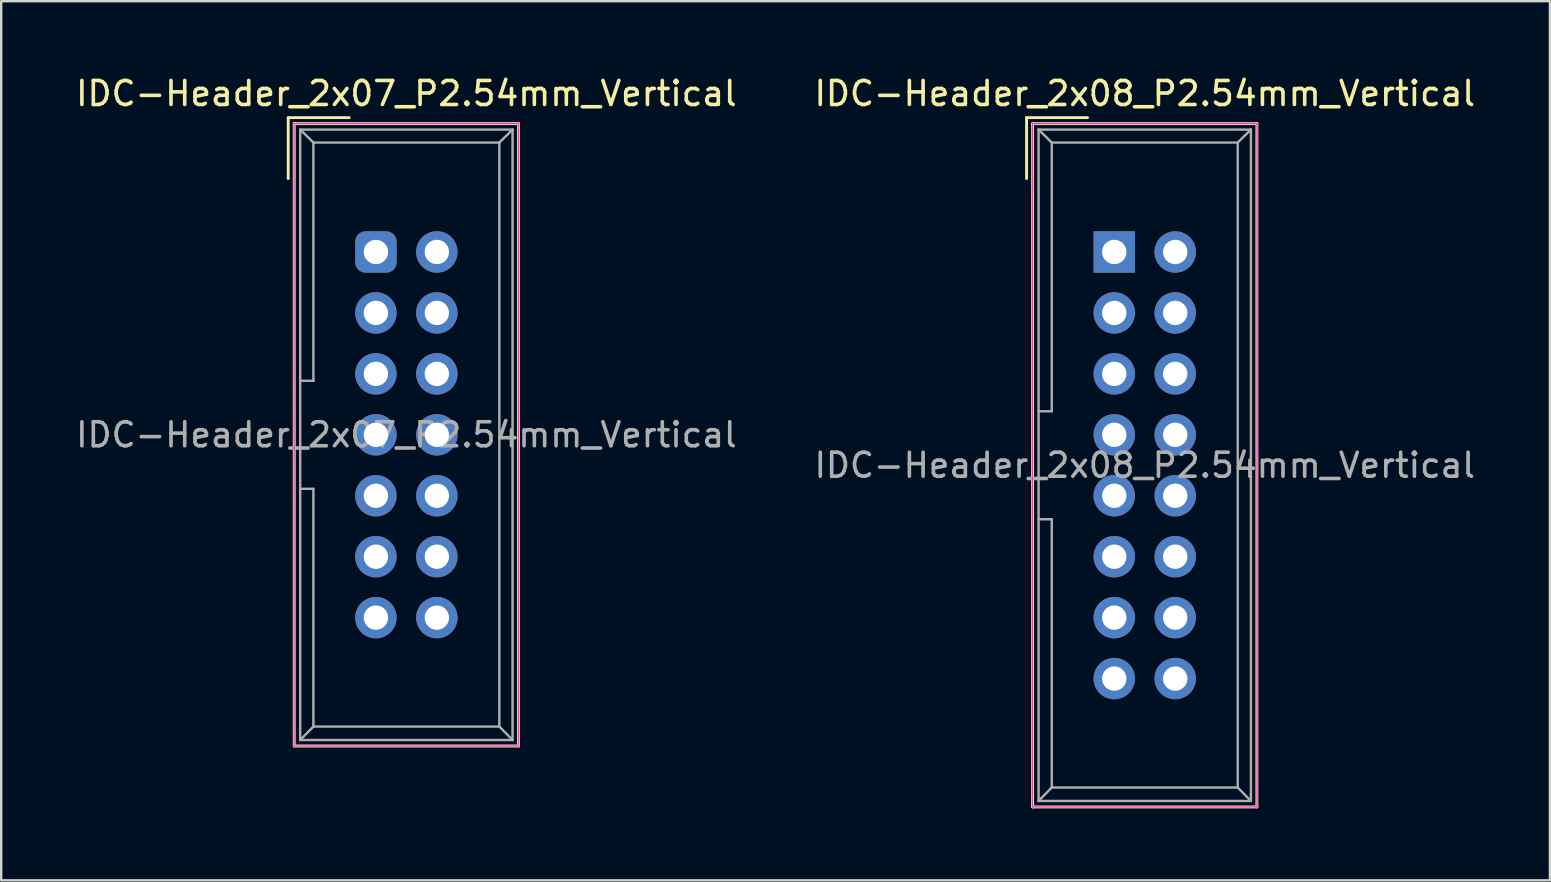
<source format=kicad_pcb>
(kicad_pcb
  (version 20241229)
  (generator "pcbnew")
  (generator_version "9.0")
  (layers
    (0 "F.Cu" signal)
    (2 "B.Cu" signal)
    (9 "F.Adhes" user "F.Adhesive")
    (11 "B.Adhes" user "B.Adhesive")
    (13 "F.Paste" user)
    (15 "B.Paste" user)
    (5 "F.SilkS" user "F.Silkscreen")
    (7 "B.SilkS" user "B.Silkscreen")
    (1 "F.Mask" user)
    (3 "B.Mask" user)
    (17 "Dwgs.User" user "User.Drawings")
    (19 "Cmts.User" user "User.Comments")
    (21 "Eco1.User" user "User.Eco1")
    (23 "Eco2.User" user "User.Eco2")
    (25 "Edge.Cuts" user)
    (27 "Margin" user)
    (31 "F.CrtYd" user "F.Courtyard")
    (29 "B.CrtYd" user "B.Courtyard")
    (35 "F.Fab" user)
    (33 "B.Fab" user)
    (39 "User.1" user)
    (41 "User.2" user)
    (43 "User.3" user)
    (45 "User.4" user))
  (footprint "IDC-Header_2x07_P2.54mm_Vertical"
    (layer "F.Cu")
    (at 12.617 7.452)
    (property "Reference" "IDC-Header_2x07_P2.54mm_Vertical" (at 1.27 -6.604 0) (layer "F.SilkS") (effects (font (size 1 1) (thickness 0.15))))
    (attr through_hole)
    (fp_line (start -3.655 -5.6) (end -3.655 -3.06) (stroke (width 0.12) (type solid)) (layer "F.SilkS"))
    (fp_line (start -3.655 -5.6) (end -1.115 -5.6) (stroke (width 0.12) (type solid)) (layer "F.SilkS"))
    (fp_line (start -3.405 -5.35) (end 5.945 -5.35) (stroke (width 0.12) (type solid)) (layer "F.SilkS"))
    (fp_line (start -3.405 20.59) (end -3.405 -5.35) (stroke (width 0.12) (type solid)) (layer "F.SilkS"))
    (fp_line (start 5.945 -5.35) (end 5.945 20.59) (stroke (width 0.12) (type solid)) (layer "F.SilkS"))
    (fp_line (start 5.945 20.59) (end -3.405 20.59) (stroke (width 0.12) (type solid)) (layer "F.SilkS"))
    (fp_line (start -3.41 -5.35) (end 5.95 -5.35) (stroke (width 0.05) (type solid)) (layer "F.CrtYd"))
    (fp_line (start -3.41 20.59) (end -3.41 -5.35) (stroke (width 0.05) (type solid)) (layer "F.CrtYd"))
    (fp_line (start 5.95 -5.35) (end 5.95 20.59) (stroke (width 0.05) (type solid)) (layer "F.CrtYd"))
    (fp_line (start 5.95 20.59) (end -3.41 20.59) (stroke (width 0.05) (type solid)) (layer "F.CrtYd"))
    (fp_line (start -3.155 -5.1) (end -3.155 20.34) (stroke (width 0.1) (type solid)) (layer "F.Fab"))
    (fp_line (start -3.155 -5.1) (end -2.605 -4.56) (stroke (width 0.1) (type solid)) (layer "F.Fab"))
    (fp_line (start -3.155 20.34) (end -2.605 19.78) (stroke (width 0.1) (type solid)) (layer "F.Fab"))
    (fp_line (start -2.605 -4.56) (end -2.605 5.37) (stroke (width 0.1) (type solid)) (layer "F.Fab"))
    (fp_line (start -2.605 5.37) (end -3.155 5.37) (stroke (width 0.1) (type solid)) (layer "F.Fab"))
    (fp_line (start -2.605 9.87) (end -3.155 9.87) (stroke (width 0.1) (type solid)) (layer "F.Fab"))
    (fp_line (start -2.605 9.87) (end -2.605 19.78) (stroke (width 0.1) (type solid)) (layer "F.Fab"))
    (fp_line (start 5.145 -4.56) (end -2.605 -4.56) (stroke (width 0.1) (type solid)) (layer "F.Fab"))
    (fp_line (start 5.145 -4.56) (end 5.145 19.78) (stroke (width 0.1) (type solid)) (layer "F.Fab"))
    (fp_line (start 5.145 19.78) (end -2.605 19.78) (stroke (width 0.1) (type solid)) (layer "F.Fab"))
    (fp_line (start 5.695 -5.1) (end -3.155 -5.1) (stroke (width 0.1) (type solid)) (layer "F.Fab"))
    (fp_line (start 5.695 -5.1) (end 5.145 -4.56) (stroke (width 0.1) (type solid)) (layer "F.Fab"))
    (fp_line (start 5.695 -5.1) (end 5.695 20.34) (stroke (width 0.1) (type solid)) (layer "F.Fab"))
    (fp_line (start 5.695 20.34) (end -3.155 20.34) (stroke (width 0.1) (type solid)) (layer "F.Fab"))
    (fp_line (start 5.695 20.34) (end 5.145 19.78) (stroke (width 0.1) (type solid)) (layer "F.Fab"))
    (fp_text user "${REFERENCE}" (at 1.27 7.62 0) (layer "F.Fab") (effects (font (size 1 1) (thickness 0.15))))
    (pad "1" thru_hole roundrect (at 0 0) (size 1.727 1.727) (drill 1.016) (layers "*.Cu" "*.Mask") (roundrect_rratio 0.25))
    (pad "2" thru_hole oval (at 2.54 0) (size 1.727 1.727) (drill 1.016) (layers "*.Cu" "*.Mask"))
    (pad "3" thru_hole oval (at 0 2.54) (size 1.727 1.727) (drill 1.016) (layers "*.Cu" "*.Mask"))
    (pad "4" thru_hole oval (at 2.54 2.54) (size 1.727 1.727) (drill 1.016) (layers "*.Cu" "*.Mask"))
    (pad "5" thru_hole oval (at 0 5.08) (size 1.727 1.727) (drill 1.016) (layers "*.Cu" "*.Mask"))
    (pad "6" thru_hole oval (at 2.54 5.08) (size 1.727 1.727) (drill 1.016) (layers "*.Cu" "*.Mask"))
    (pad "7" thru_hole oval (at 0 7.62) (size 1.727 1.727) (drill 1.016) (layers "*.Cu" "*.Mask"))
    (pad "8" thru_hole oval (at 2.54 7.62) (size 1.727 1.727) (drill 1.016) (layers "*.Cu" "*.Mask"))
    (pad "9" thru_hole oval (at 0 10.16) (size 1.727 1.727) (drill 1.016) (layers "*.Cu" "*.Mask"))
    (pad "10" thru_hole oval (at 2.54 10.16) (size 1.727 1.727) (drill 1.016) (layers "*.Cu" "*.Mask"))
    (pad "11" thru_hole oval (at 0 12.7) (size 1.727 1.727) (drill 1.016) (layers "*.Cu" "*.Mask"))
    (pad "12" thru_hole oval (at 2.54 12.7) (size 1.727 1.727) (drill 1.016) (layers "*.Cu" "*.Mask"))
    (pad "13" thru_hole oval (at 0 15.24) (size 1.727 1.727) (drill 1.016) (layers "*.Cu" "*.Mask"))
    (pad "14" thru_hole oval (at 2.54 15.24) (size 1.727 1.727) (drill 1.016) (layers "*.Cu" "*.Mask")))
  (footprint "IDC-Header_2x08_P2.54mm_Vertical"
    (layer "F.Cu")
    (at 43.391 7.452)
    (property "Reference" "IDC-Header_2x08_P2.54mm_Vertical" (at 1.27 -6.604 0) (layer "F.SilkS") (effects (font (size 1 1) (thickness 0.15))))
    (attr through_hole)
    (fp_line (start -3.655 -5.6) (end -3.655 -3.06) (stroke (width 0.12) (type solid)) (layer "F.SilkS"))
    (fp_line (start -3.655 -5.6) (end -1.115 -5.6) (stroke (width 0.12) (type solid)) (layer "F.SilkS"))
    (fp_line (start -3.405 -5.35) (end 5.945 -5.35) (stroke (width 0.12) (type solid)) (layer "F.SilkS"))
    (fp_line (start -3.405 23.13) (end -3.405 -5.35) (stroke (width 0.12) (type solid)) (layer "F.SilkS"))
    (fp_line (start 5.945 -5.35) (end 5.945 23.13) (stroke (width 0.12) (type solid)) (layer "F.SilkS"))
    (fp_line (start 5.945 23.13) (end -3.405 23.13) (stroke (width 0.12) (type solid)) (layer "F.SilkS"))
    (fp_line (start -3.41 -5.35) (end 5.95 -5.35) (stroke (width 0.05) (type solid)) (layer "F.CrtYd"))
    (fp_line (start -3.41 23.13) (end -3.41 -5.35) (stroke (width 0.05) (type solid)) (layer "F.CrtYd"))
    (fp_line (start 5.95 -5.35) (end 5.95 23.13) (stroke (width 0.05) (type solid)) (layer "F.CrtYd"))
    (fp_line (start 5.95 23.13) (end -3.41 23.13) (stroke (width 0.05) (type solid)) (layer "F.CrtYd"))
    (fp_line (start -3.155 -5.1) (end -3.155 22.88) (stroke (width 0.1) (type solid)) (layer "F.Fab"))
    (fp_line (start -3.155 -5.1) (end -2.605 -4.56) (stroke (width 0.1) (type solid)) (layer "F.Fab"))
    (fp_line (start -3.155 22.88) (end -2.605 22.32) (stroke (width 0.1) (type solid)) (layer "F.Fab"))
    (fp_line (start -2.605 -4.56) (end -2.605 6.64) (stroke (width 0.1) (type solid)) (layer "F.Fab"))
    (fp_line (start -2.605 6.64) (end -3.155 6.64) (stroke (width 0.1) (type solid)) (layer "F.Fab"))
    (fp_line (start -2.605 11.14) (end -3.155 11.14) (stroke (width 0.1) (type solid)) (layer "F.Fab"))
    (fp_line (start -2.605 11.14) (end -2.605 22.32) (stroke (width 0.1) (type solid)) (layer "F.Fab"))
    (fp_line (start 5.145 -4.56) (end -2.605 -4.56) (stroke (width 0.1) (type solid)) (layer "F.Fab"))
    (fp_line (start 5.145 -4.56) (end 5.145 22.32) (stroke (width 0.1) (type solid)) (layer "F.Fab"))
    (fp_line (start 5.145 22.32) (end -2.605 22.32) (stroke (width 0.1) (type solid)) (layer "F.Fab"))
    (fp_line (start 5.695 -5.1) (end -3.155 -5.1) (stroke (width 0.1) (type solid)) (layer "F.Fab"))
    (fp_line (start 5.695 -5.1) (end 5.145 -4.56) (stroke (width 0.1) (type solid)) (layer "F.Fab"))
    (fp_line (start 5.695 -5.1) (end 5.695 22.88) (stroke (width 0.1) (type solid)) (layer "F.Fab"))
    (fp_line (start 5.695 22.88) (end -3.155 22.88) (stroke (width 0.1) (type solid)) (layer "F.Fab"))
    (fp_line (start 5.695 22.88) (end 5.145 22.32) (stroke (width 0.1) (type solid)) (layer "F.Fab"))
    (fp_text user "${REFERENCE}" (at 1.27 8.89 0) (layer "F.Fab") (effects (font (size 1 1) (thickness 0.15))))
    (pad "1" thru_hole rect (at 0 0) (size 1.727 1.727) (drill 1.016) (layers "*.Cu" "*.Mask"))
    (pad "2" thru_hole oval (at 2.54 0) (size 1.727 1.727) (drill 1.016) (layers "*.Cu" "*.Mask"))
    (pad "3" thru_hole oval (at 0 2.54) (size 1.727 1.727) (drill 1.016) (layers "*.Cu" "*.Mask"))
    (pad "4" thru_hole oval (at 2.54 2.54) (size 1.727 1.727) (drill 1.016) (layers "*.Cu" "*.Mask"))
    (pad "5" thru_hole oval (at 0 5.08) (size 1.727 1.727) (drill 1.016) (layers "*.Cu" "*.Mask"))
    (pad "6" thru_hole oval (at 2.54 5.08) (size 1.727 1.727) (drill 1.016) (layers "*.Cu" "*.Mask"))
    (pad "7" thru_hole oval (at 0 7.62) (size 1.727 1.727) (drill 1.016) (layers "*.Cu" "*.Mask"))
    (pad "8" thru_hole oval (at 2.54 7.62) (size 1.727 1.727) (drill 1.016) (layers "*.Cu" "*.Mask"))
    (pad "9" thru_hole oval (at 0 10.16) (size 1.727 1.727) (drill 1.016) (layers "*.Cu" "*.Mask"))
    (pad "10" thru_hole oval (at 2.54 10.16) (size 1.727 1.727) (drill 1.016) (layers "*.Cu" "*.Mask"))
    (pad "11" thru_hole oval (at 0 12.7) (size 1.727 1.727) (drill 1.016) (layers "*.Cu" "*.Mask"))
    (pad "12" thru_hole oval (at 2.54 12.7) (size 1.727 1.727) (drill 1.016) (layers "*.Cu" "*.Mask"))
    (pad "13" thru_hole oval (at 0 15.24) (size 1.727 1.727) (drill 1.016) (layers "*.Cu" "*.Mask"))
    (pad "14" thru_hole oval (at 2.54 15.24) (size 1.727 1.727) (drill 1.016) (layers "*.Cu" "*.Mask"))
    (pad "15" thru_hole oval (at 0 17.78) (size 1.727 1.727) (drill 1.016) (layers "*.Cu" "*.Mask"))
    (pad "16" thru_hole oval (at 2.54 17.78) (size 1.727 1.727) (drill 1.016) (layers "*.Cu" "*.Mask")))
  (gr_rect
    (start -3 -3)
    (end 61.548 33.642)
    (stroke (width 0.1) (type default))
    (fill no)
    (layer "Edge.Cuts")))
</source>
